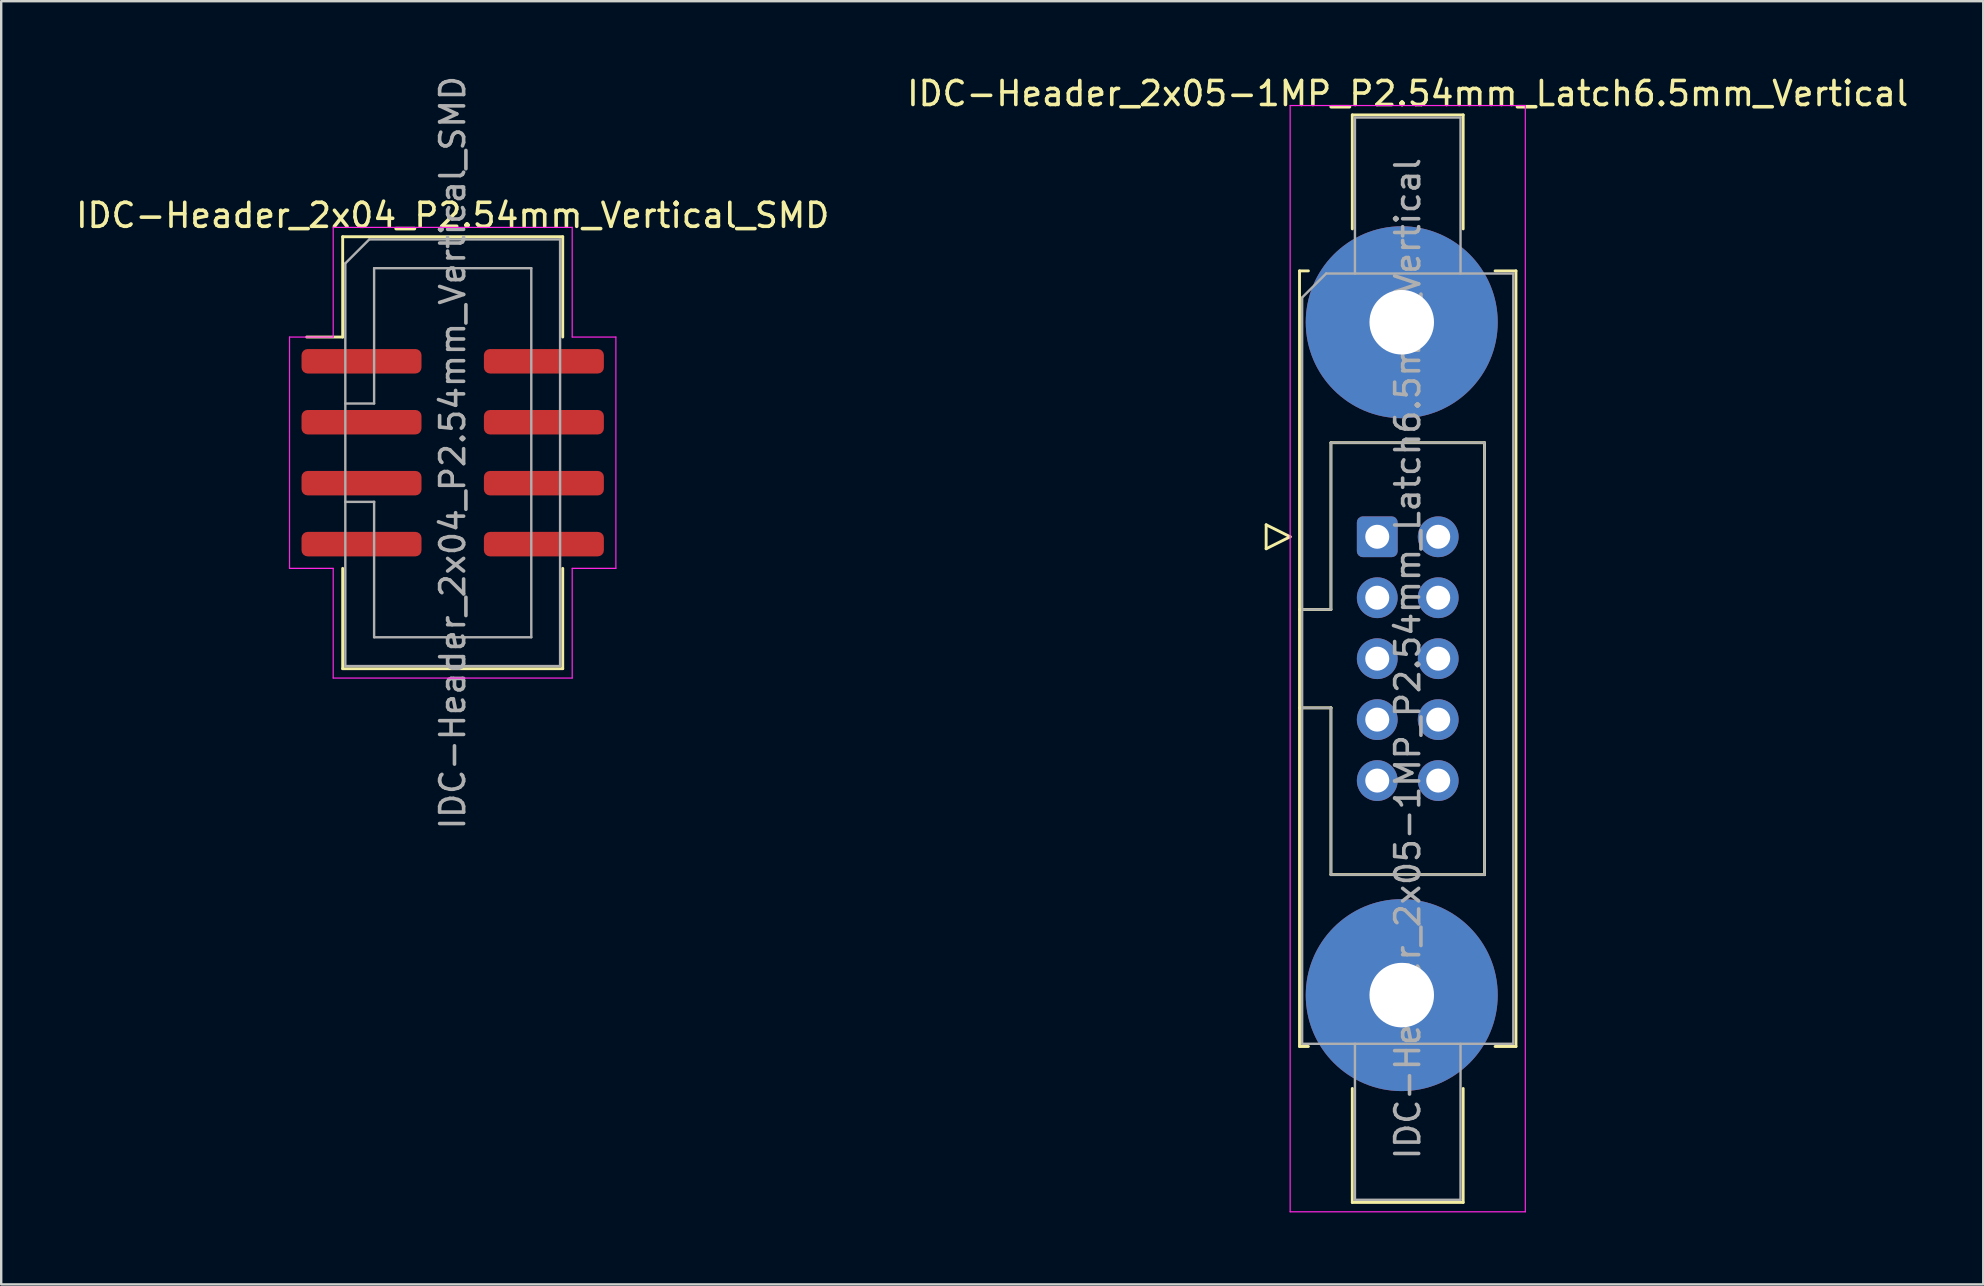
<source format=kicad_pcb>
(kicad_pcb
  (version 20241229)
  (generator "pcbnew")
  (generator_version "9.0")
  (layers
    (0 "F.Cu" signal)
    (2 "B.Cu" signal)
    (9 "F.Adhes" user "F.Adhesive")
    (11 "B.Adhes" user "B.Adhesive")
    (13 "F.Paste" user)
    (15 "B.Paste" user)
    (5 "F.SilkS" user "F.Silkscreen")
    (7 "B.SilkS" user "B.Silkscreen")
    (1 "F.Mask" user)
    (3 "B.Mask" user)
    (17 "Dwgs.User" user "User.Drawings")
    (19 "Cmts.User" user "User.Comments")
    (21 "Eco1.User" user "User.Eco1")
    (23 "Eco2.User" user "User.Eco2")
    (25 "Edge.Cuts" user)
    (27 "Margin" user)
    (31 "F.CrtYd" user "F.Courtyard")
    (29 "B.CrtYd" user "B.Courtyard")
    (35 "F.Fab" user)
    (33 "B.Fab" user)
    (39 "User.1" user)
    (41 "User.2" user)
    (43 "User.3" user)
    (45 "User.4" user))
  (footprint "IDC-Header_2x05-1MP_P2.54mm_Latch6.5mm_Vertical"
    (layer "F.Cu")
    (at 54.343 19.318)
    (property "Reference" "IDC-Header_2x05-1MP_P2.54mm_Latch6.5mm_Vertical" (at 1.27 -18.47 0) (layer "F.SilkS") (effects (font (size 1 1) (thickness 0.15))))
    (attr through_hole)
    (fp_line (start -4.63 -0.5) (end -4.63 0.5) (stroke (width 0.12) (type solid)) (layer "F.SilkS"))
    (fp_line (start -4.63 0.5) (end -3.63 0) (stroke (width 0.12) (type solid)) (layer "F.SilkS"))
    (fp_line (start -3.63 0) (end -4.63 -0.5) (stroke (width 0.12) (type solid)) (layer "F.SilkS"))
    (fp_line (start -3.24 -11.08) (end -3.24 21.24) (stroke (width 0.12) (type solid)) (layer "F.SilkS"))
    (fp_line (start -3.24 3.03) (end -1.93 3.03) (stroke (width 0.12) (type solid)) (layer "F.SilkS"))
    (fp_line (start -3.24 21.24) (end -2.87 21.24) (stroke (width 0.12) (type solid)) (layer "F.SilkS"))
    (fp_line (start -2.87 -11.08) (end -3.24 -11.08) (stroke (width 0.12) (type solid)) (layer "F.SilkS"))
    (fp_line (start -1.93 -3.92) (end 4.47 -3.92) (stroke (width 0.12) (type solid)) (layer "F.SilkS"))
    (fp_line (start -1.93 3.03) (end -1.93 -3.92) (stroke (width 0.12) (type solid)) (layer "F.SilkS"))
    (fp_line (start -1.93 7.13) (end -3.24 7.13) (stroke (width 0.12) (type solid)) (layer "F.SilkS"))
    (fp_line (start -1.93 7.13) (end -1.93 7.13) (stroke (width 0.12) (type solid)) (layer "F.SilkS"))
    (fp_line (start -1.93 14.08) (end -1.93 7.13) (stroke (width 0.12) (type solid)) (layer "F.SilkS"))
    (fp_line (start -1.04 -17.58) (end 3.58 -17.58) (stroke (width 0.12) (type solid)) (layer "F.SilkS"))
    (fp_line (start -1.04 -12.83) (end -1.04 -17.58) (stroke (width 0.12) (type solid)) (layer "F.SilkS"))
    (fp_line (start -1.04 22.99) (end -1.04 27.74) (stroke (width 0.12) (type solid)) (layer "F.SilkS"))
    (fp_line (start -1.04 27.74) (end 3.58 27.74) (stroke (width 0.12) (type solid)) (layer "F.SilkS"))
    (fp_line (start 3.58 -17.58) (end 3.58 -12.83) (stroke (width 0.12) (type solid)) (layer "F.SilkS"))
    (fp_line (start 3.58 27.74) (end 3.58 22.99) (stroke (width 0.12) (type solid)) (layer "F.SilkS"))
    (fp_line (start 4.47 -3.92) (end 4.47 14.08) (stroke (width 0.12) (type solid)) (layer "F.SilkS"))
    (fp_line (start 4.47 14.08) (end -1.93 14.08) (stroke (width 0.12) (type solid)) (layer "F.SilkS"))
    (fp_line (start 4.91 -11.08) (end 5.78 -11.08) (stroke (width 0.12) (type solid)) (layer "F.SilkS"))
    (fp_line (start 5.78 -11.08) (end 5.78 21.24) (stroke (width 0.12) (type solid)) (layer "F.SilkS"))
    (fp_line (start 5.78 21.24) (end 4.91 21.24) (stroke (width 0.12) (type solid)) (layer "F.SilkS"))
    (fp_line (start -3.63 -17.97) (end -3.63 28.13) (stroke (width 0.05) (type solid)) (layer "F.CrtYd"))
    (fp_line (start -3.63 28.13) (end 6.17 28.13) (stroke (width 0.05) (type solid)) (layer "F.CrtYd"))
    (fp_line (start 6.17 -17.97) (end -3.63 -17.97) (stroke (width 0.05) (type solid)) (layer "F.CrtYd"))
    (fp_line (start 6.17 28.13) (end 6.17 -17.97) (stroke (width 0.05) (type solid)) (layer "F.CrtYd"))
    (fp_line (start -3.13 -9.97) (end -2.13 -10.97) (stroke (width 0.1) (type solid)) (layer "F.Fab"))
    (fp_line (start -3.13 3.03) (end -1.93 3.03) (stroke (width 0.1) (type solid)) (layer "F.Fab"))
    (fp_line (start -3.13 21.13) (end -3.13 -9.97) (stroke (width 0.1) (type solid)) (layer "F.Fab"))
    (fp_line (start -2.13 -10.97) (end 5.67 -10.97) (stroke (width 0.1) (type solid)) (layer "F.Fab"))
    (fp_line (start -1.93 -3.92) (end 4.47 -3.92) (stroke (width 0.1) (type solid)) (layer "F.Fab"))
    (fp_line (start -1.93 3.03) (end -1.93 -3.92) (stroke (width 0.1) (type solid)) (layer "F.Fab"))
    (fp_line (start -1.93 7.13) (end -3.13 7.13) (stroke (width 0.1) (type solid)) (layer "F.Fab"))
    (fp_line (start -1.93 7.13) (end -1.93 7.13) (stroke (width 0.1) (type solid)) (layer "F.Fab"))
    (fp_line (start -1.93 14.08) (end -1.93 7.13) (stroke (width 0.1) (type solid)) (layer "F.Fab"))
    (fp_line (start -0.93 -17.47) (end 3.47 -17.47) (stroke (width 0.1) (type solid)) (layer "F.Fab"))
    (fp_line (start -0.93 -10.97) (end -0.93 -17.47) (stroke (width 0.1) (type solid)) (layer "F.Fab"))
    (fp_line (start -0.93 21.13) (end -0.93 27.63) (stroke (width 0.1) (type solid)) (layer "F.Fab"))
    (fp_line (start -0.93 27.63) (end 3.47 27.63) (stroke (width 0.1) (type solid)) (layer "F.Fab"))
    (fp_line (start 3.47 -17.47) (end 3.47 -10.97) (stroke (width 0.1) (type solid)) (layer "F.Fab"))
    (fp_line (start 3.47 27.63) (end 3.47 21.13) (stroke (width 0.1) (type solid)) (layer "F.Fab"))
    (fp_line (start 4.47 -3.92) (end 4.47 14.08) (stroke (width 0.1) (type solid)) (layer "F.Fab"))
    (fp_line (start 4.47 14.08) (end -1.93 14.08) (stroke (width 0.1) (type solid)) (layer "F.Fab"))
    (fp_line (start 5.67 -10.97) (end 5.67 21.13) (stroke (width 0.1) (type solid)) (layer "F.Fab"))
    (fp_line (start 5.67 21.13) (end -3.13 21.13) (stroke (width 0.1) (type solid)) (layer "F.Fab"))
    (fp_text user "${REFERENCE}" (at 1.27 5.08 90) (layer "F.Fab") (effects (font (size 1 1) (thickness 0.15))))
    (pad "1" thru_hole roundrect (at 0 0) (size 1.7 1.7) (drill 1) (layers "*.Cu" "*.Mask") (roundrect_rratio 0.147))
    (pad "2" thru_hole circle (at 2.54 0) (size 1.7 1.7) (drill 1) (layers "*.Cu" "*.Mask"))
    (pad "3" thru_hole circle (at 0 2.54) (size 1.7 1.7) (drill 1) (layers "*.Cu" "*.Mask"))
    (pad "4" thru_hole circle (at 2.54 2.54) (size 1.7 1.7) (drill 1) (layers "*.Cu" "*.Mask"))
    (pad "5" thru_hole circle (at 0 5.08) (size 1.7 1.7) (drill 1) (layers "*.Cu" "*.Mask"))
    (pad "6" thru_hole circle (at 2.54 5.08) (size 1.7 1.7) (drill 1) (layers "*.Cu" "*.Mask"))
    (pad "7" thru_hole circle (at 0 7.62) (size 1.7 1.7) (drill 1) (layers "*.Cu" "*.Mask"))
    (pad "8" thru_hole circle (at 2.54 7.62) (size 1.7 1.7) (drill 1) (layers "*.Cu" "*.Mask"))
    (pad "9" thru_hole circle (at 0 10.16) (size 1.7 1.7) (drill 1) (layers "*.Cu" "*.Mask"))
    (pad "10" thru_hole circle (at 2.54 10.16) (size 1.7 1.7) (drill 1) (layers "*.Cu" "*.Mask"))
    (pad "MP" thru_hole circle (at 1.02 -8.94) (size 8 8) (drill 2.69) (layers "*.Cu" "*.Mask"))
    (pad "MP" thru_hole circle (at 1.02 19.1) (size 8 8) (drill 2.69) (layers "*.Cu" "*.Mask")))
  (footprint "IDC-Header_2x04_P2.54mm_Vertical_SMD"
    (layer "F.Cu")
    (at 15.815 15.815)
    (property "Reference" "IDC-Header_2x04_P2.54mm_Vertical_SMD" (at 0 -9.89 0) (layer "F.SilkS") (effects (font (size 1 1) (thickness 0.15))))
    (attr smd)
    (fp_line (start -4.585 -9) (end 4.585 -9) (stroke (width 0.12) (type solid)) (layer "F.SilkS"))
    (fp_line (start -4.585 -4.82) (end -6.085 -4.82) (stroke (width 0.12) (type solid)) (layer "F.SilkS"))
    (fp_line (start -4.585 -4.82) (end -4.585 -9) (stroke (width 0.12) (type solid)) (layer "F.SilkS"))
    (fp_line (start -4.585 4.82) (end -4.585 9) (stroke (width 0.12) (type solid)) (layer "F.SilkS"))
    (fp_line (start -4.585 9) (end 4.585 9) (stroke (width 0.12) (type solid)) (layer "F.SilkS"))
    (fp_line (start 4.585 -9) (end 4.585 -4.82) (stroke (width 0.12) (type solid)) (layer "F.SilkS"))
    (fp_line (start 4.585 9) (end 4.585 4.82) (stroke (width 0.12) (type solid)) (layer "F.SilkS"))
    (fp_line (start -6.8 -4.82) (end -6.8 4.82) (stroke (width 0.05) (type solid)) (layer "F.CrtYd"))
    (fp_line (start -6.8 4.82) (end -4.98 4.82) (stroke (width 0.05) (type solid)) (layer "F.CrtYd"))
    (fp_line (start -4.98 -9.39) (end -4.98 -4.82) (stroke (width 0.05) (type solid)) (layer "F.CrtYd"))
    (fp_line (start -4.98 -4.82) (end -6.8 -4.82) (stroke (width 0.05) (type solid)) (layer "F.CrtYd"))
    (fp_line (start -4.98 4.82) (end -4.98 9.39) (stroke (width 0.05) (type solid)) (layer "F.CrtYd"))
    (fp_line (start -4.98 9.39) (end 4.98 9.39) (stroke (width 0.05) (type solid)) (layer "F.CrtYd"))
    (fp_line (start 4.98 -9.39) (end -4.98 -9.39) (stroke (width 0.05) (type solid)) (layer "F.CrtYd"))
    (fp_line (start 4.98 -4.82) (end 4.98 -9.39) (stroke (width 0.05) (type solid)) (layer "F.CrtYd"))
    (fp_line (start 4.98 4.82) (end 6.8 4.82) (stroke (width 0.05) (type solid)) (layer "F.CrtYd"))
    (fp_line (start 4.98 9.39) (end 4.98 4.82) (stroke (width 0.05) (type solid)) (layer "F.CrtYd"))
    (fp_line (start 6.8 -4.82) (end 4.98 -4.82) (stroke (width 0.05) (type solid)) (layer "F.CrtYd"))
    (fp_line (start 6.8 4.82) (end 6.8 -4.82) (stroke (width 0.05) (type solid)) (layer "F.CrtYd"))
    (fp_line (start -4.475 -7.89) (end -3.475 -8.89) (stroke (width 0.1) (type solid)) (layer "F.Fab"))
    (fp_line (start -4.475 -2.05) (end -3.275 -2.05) (stroke (width 0.1) (type solid)) (layer "F.Fab"))
    (fp_line (start -4.475 8.89) (end -4.475 -7.89) (stroke (width 0.1) (type solid)) (layer "F.Fab"))
    (fp_line (start -3.475 -8.89) (end 4.475 -8.89) (stroke (width 0.1) (type solid)) (layer "F.Fab"))
    (fp_line (start -3.275 -7.69) (end 3.275 -7.69) (stroke (width 0.1) (type solid)) (layer "F.Fab"))
    (fp_line (start -3.275 -2.05) (end -3.275 -7.69) (stroke (width 0.1) (type solid)) (layer "F.Fab"))
    (fp_line (start -3.275 2.05) (end -4.475 2.05) (stroke (width 0.1) (type solid)) (layer "F.Fab"))
    (fp_line (start -3.275 2.05) (end -3.275 2.05) (stroke (width 0.1) (type solid)) (layer "F.Fab"))
    (fp_line (start -3.275 7.69) (end -3.275 2.05) (stroke (width 0.1) (type solid)) (layer "F.Fab"))
    (fp_line (start 3.275 -7.69) (end 3.275 7.69) (stroke (width 0.1) (type solid)) (layer "F.Fab"))
    (fp_line (start 3.275 7.69) (end -3.275 7.69) (stroke (width 0.1) (type solid)) (layer "F.Fab"))
    (fp_line (start 4.475 -8.89) (end 4.475 8.89) (stroke (width 0.1) (type solid)) (layer "F.Fab"))
    (fp_line (start 4.475 8.89) (end -4.475 8.89) (stroke (width 0.1) (type solid)) (layer "F.Fab"))
    (fp_text user "${REFERENCE}" (at 0 0 90) (layer "F.Fab") (effects (font (size 1 1) (thickness 0.15))))
    (pad "1" smd roundrect (at -3.8 -3.81) (size 5 1.02) (layers "F.Cu" "F.Mask" "F.Paste") (roundrect_rratio 0.25))
    (pad "2" smd roundrect (at 3.8 -3.81) (size 5 1.02) (layers "F.Cu" "F.Mask" "F.Paste") (roundrect_rratio 0.25))
    (pad "3" smd roundrect (at -3.8 -1.27) (size 5 1.02) (layers "F.Cu" "F.Mask" "F.Paste") (roundrect_rratio 0.25))
    (pad "4" smd roundrect (at 3.8 -1.27) (size 5 1.02) (layers "F.Cu" "F.Mask" "F.Paste") (roundrect_rratio 0.25))
    (pad "5" smd roundrect (at -3.8 1.27) (size 5 1.02) (layers "F.Cu" "F.Mask" "F.Paste") (roundrect_rratio 0.25))
    (pad "6" smd roundrect (at 3.8 1.27) (size 5 1.02) (layers "F.Cu" "F.Mask" "F.Paste") (roundrect_rratio 0.25))
    (pad "7" smd roundrect (at -3.8 3.81) (size 5 1.02) (layers "F.Cu" "F.Mask" "F.Paste") (roundrect_rratio 0.25))
    (pad "8" smd roundrect (at 3.8 3.81) (size 5 1.02) (layers "F.Cu" "F.Mask" "F.Paste") (roundrect_rratio 0.25)))
  (gr_rect
    (start -3 -3)
    (end 79.595 50.473)
    (stroke (width 0.1) (type default))
    (fill no)
    (layer "Edge.Cuts")))
</source>
